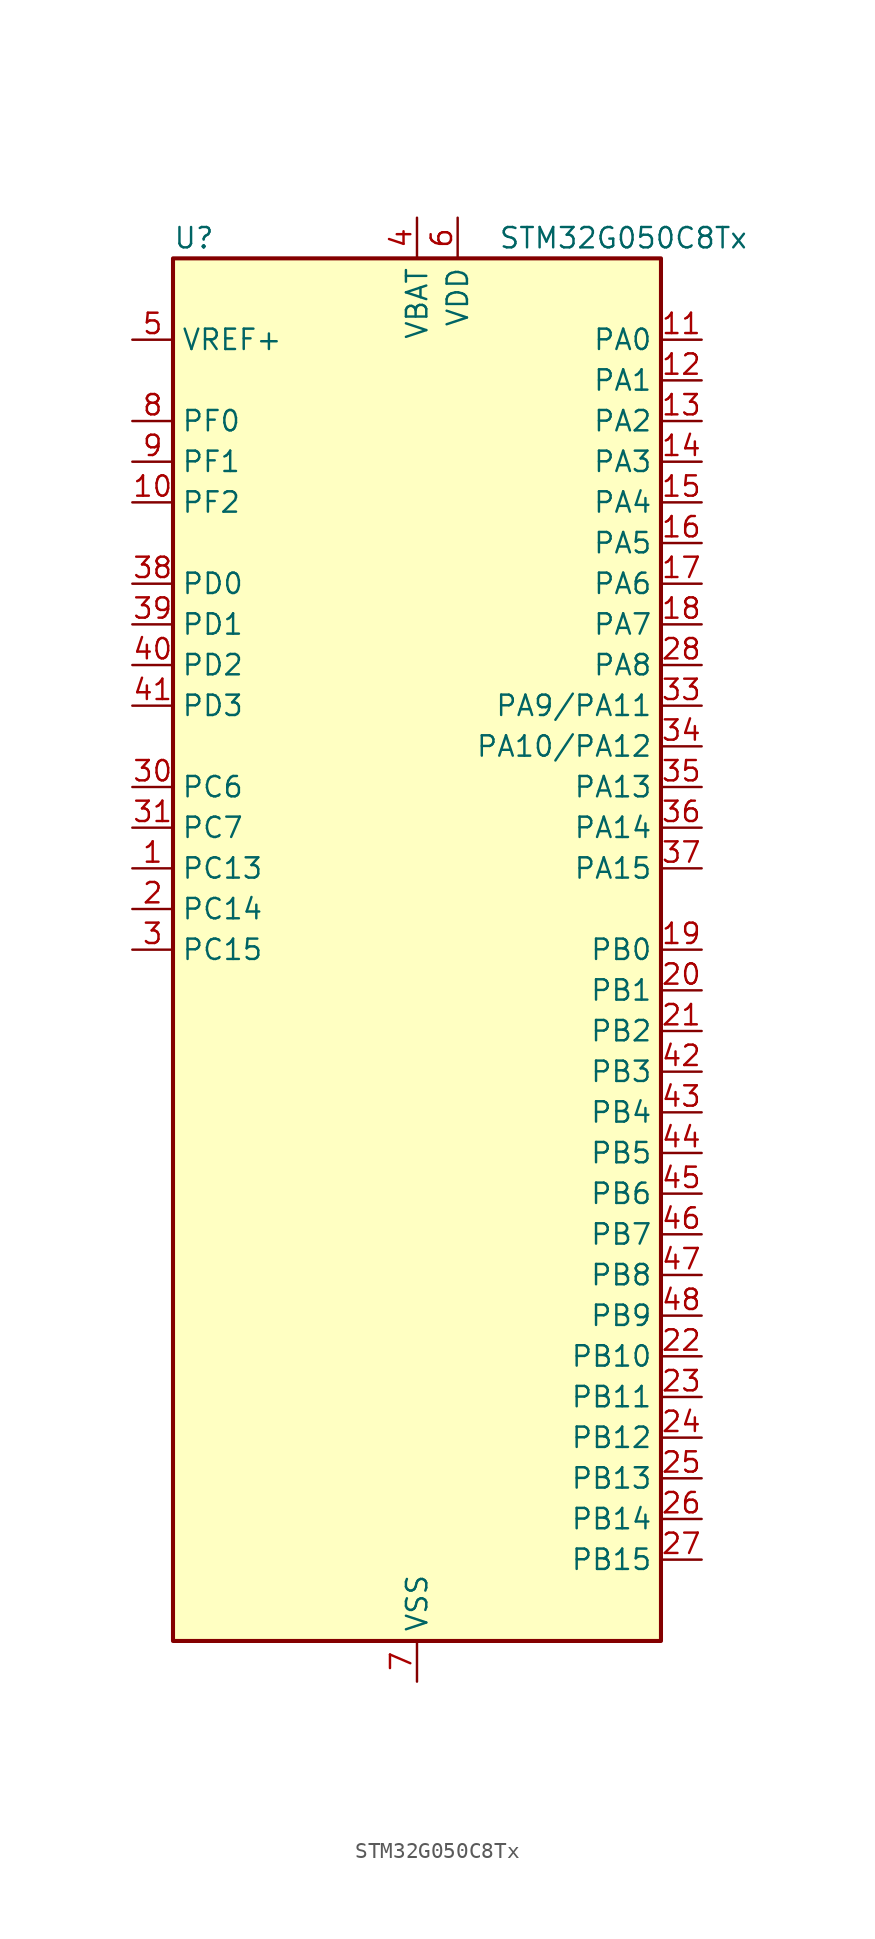
<source format=kicad_sym>
(kicad_symbol_lib
  (version 20231120)
  (generator "kicad-library-utils")
  (generator_version "8.0")
  (symbol "STM32G050C8Tx"
    (property "Reference" "U"
      (at -15.24 44.45 0)
      (effects (font (size 1.27 1.27)) (justify left)))
    (property "Value" "STM32G050C8Tx"
      (at 5.08 44.45 0)
      (effects (font (size 1.27 1.27)) (justify left)))
    (symbol "STM32G050C8Tx_0_1"
      (rectangle (start -15.24 -43.18) (end 15.24 43.18) (stroke (width 0.254) (type default)) (fill (type background))))
    (symbol "STM32G050C8Tx_1_1"
      (pin bidirectional line (at -17.78 5.08 0) (length 2.54) (name "PC13" (effects (font (size 1.27 1.27)))) (number "1" (effects (font (size 1.27 1.27)))) (alternate "RTC_OUT1" bidirectional line) (alternate "RTC_TAMP_IN1" bidirectional line) (alternate "RTC_TS" bidirectional line) (alternate "SYS_WKUP2" bidirectional line) (alternate "TIM1_BK" bidirectional line))
      (pin bidirectional line (at -17.78 27.94 0) (length 2.54) (name "PF2" (effects (font (size 1.27 1.27)))) (number "10" (effects (font (size 1.27 1.27)))) (alternate "RCC_MCO" bidirectional line))
      (pin bidirectional line (at 17.78 38.1 180) (length 2.54) (name "PA0" (effects (font (size 1.27 1.27)))) (number "11" (effects (font (size 1.27 1.27)))) (alternate "ADC1_IN0" bidirectional line) (alternate "RTC_TAMP_IN2" bidirectional line) (alternate "SPI2_SCK" bidirectional line) (alternate "SYS_WKUP1" bidirectional line) (alternate "USART2_CTS" bidirectional line) (alternate "USART2_NSS" bidirectional line))
      (pin bidirectional line (at 17.78 35.56 180) (length 2.54) (name "PA1" (effects (font (size 1.27 1.27)))) (number "12" (effects (font (size 1.27 1.27)))) (alternate "ADC1_IN1" bidirectional line) (alternate "I2C1_SMBA" bidirectional line) (alternate "I2S1_CK" bidirectional line) (alternate "SPI1_SCK" bidirectional line) (alternate "TIM15_CH1N" bidirectional line) (alternate "USART2_CK" bidirectional line) (alternate "USART2_DE" bidirectional line) (alternate "USART2_RTS" bidirectional line))
      (pin bidirectional line (at 17.78 33.02 180) (length 2.54) (name "PA2" (effects (font (size 1.27 1.27)))) (number "13" (effects (font (size 1.27 1.27)))) (alternate "ADC1_IN2" bidirectional line) (alternate "I2S1_SD" bidirectional line) (alternate "RCC_LSCO" bidirectional line) (alternate "SPI1_MOSI" bidirectional line) (alternate "SYS_WKUP4" bidirectional line) (alternate "TIM15_CH1" bidirectional line) (alternate "USART2_TX" bidirectional line))
      (pin bidirectional line (at 17.78 30.48 180) (length 2.54) (name "PA3" (effects (font (size 1.27 1.27)))) (number "14" (effects (font (size 1.27 1.27)))) (alternate "ADC1_IN3" bidirectional line) (alternate "SPI2_MISO" bidirectional line) (alternate "TIM15_CH2" bidirectional line) (alternate "USART2_RX" bidirectional line))
      (pin bidirectional line (at 17.78 27.94 180) (length 2.54) (name "PA4" (effects (font (size 1.27 1.27)))) (number "15" (effects (font (size 1.27 1.27)))) (alternate "ADC1_IN4" bidirectional line) (alternate "I2S1_WS" bidirectional line) (alternate "RTC_OUT2" bidirectional line) (alternate "SPI1_NSS" bidirectional line) (alternate "SPI2_MOSI" bidirectional line) (alternate "TIM14_CH1" bidirectional line))
      (pin bidirectional line (at 17.78 25.4 180) (length 2.54) (name "PA5" (effects (font (size 1.27 1.27)))) (number "16" (effects (font (size 1.27 1.27)))) (alternate "ADC1_IN5" bidirectional line) (alternate "I2S1_CK" bidirectional line) (alternate "SPI1_SCK" bidirectional line))
      (pin bidirectional line (at 17.78 22.86 180) (length 2.54) (name "PA6" (effects (font (size 1.27 1.27)))) (number "17" (effects (font (size 1.27 1.27)))) (alternate "ADC1_IN6" bidirectional line) (alternate "I2S1_MCK" bidirectional line) (alternate "SPI1_MISO" bidirectional line) (alternate "TIM16_CH1" bidirectional line) (alternate "TIM1_BK" bidirectional line) (alternate "TIM3_CH1" bidirectional line))
      (pin bidirectional line (at 17.78 20.32 180) (length 2.54) (name "PA7" (effects (font (size 1.27 1.27)))) (number "18" (effects (font (size 1.27 1.27)))) (alternate "ADC1_IN7" bidirectional line) (alternate "I2S1_SD" bidirectional line) (alternate "SPI1_MOSI" bidirectional line) (alternate "TIM14_CH1" bidirectional line) (alternate "TIM17_CH1" bidirectional line) (alternate "TIM1_CH1N" bidirectional line) (alternate "TIM3_CH2" bidirectional line))
      (pin bidirectional line (at 17.78 0 180) (length 2.54) (name "PB0" (effects (font (size 1.27 1.27)))) (number "19" (effects (font (size 1.27 1.27)))) (alternate "ADC1_IN8" bidirectional line) (alternate "I2S1_WS" bidirectional line) (alternate "SPI1_NSS" bidirectional line) (alternate "TIM1_CH2N" bidirectional line) (alternate "TIM3_CH3" bidirectional line))
      (pin bidirectional line (at -17.78 2.54 0) (length 2.54) (name "PC14" (effects (font (size 1.27 1.27)))) (number "2" (effects (font (size 1.27 1.27)))) (alternate "RCC_OSC32_IN" bidirectional line) (alternate "TIM1_BK2" bidirectional line))
      (pin bidirectional line (at 17.78 -2.54 180) (length 2.54) (name "PB1" (effects (font (size 1.27 1.27)))) (number "20" (effects (font (size 1.27 1.27)))) (alternate "ADC1_IN9" bidirectional line) (alternate "TIM14_CH1" bidirectional line) (alternate "TIM1_CH3N" bidirectional line) (alternate "TIM3_CH4" bidirectional line))
      (pin bidirectional line (at 17.78 -5.08 180) (length 2.54) (name "PB2" (effects (font (size 1.27 1.27)))) (number "21" (effects (font (size 1.27 1.27)))) (alternate "ADC1_IN10" bidirectional line) (alternate "SPI2_MISO" bidirectional line))
      (pin bidirectional line (at 17.78 -25.4 180) (length 2.54) (name "PB10" (effects (font (size 1.27 1.27)))) (number "22" (effects (font (size 1.27 1.27)))) (alternate "ADC1_IN11" bidirectional line) (alternate "I2C2_SCL" bidirectional line) (alternate "SPI2_SCK" bidirectional line))
      (pin bidirectional line (at 17.78 -27.94 180) (length 2.54) (name "PB11" (effects (font (size 1.27 1.27)))) (number "23" (effects (font (size 1.27 1.27)))) (alternate "ADC1_EXTI11" bidirectional line) (alternate "ADC1_IN15" bidirectional line) (alternate "I2C2_SDA" bidirectional line) (alternate "SPI2_MOSI" bidirectional line))
      (pin bidirectional line (at 17.78 -30.48 180) (length 2.54) (name "PB12" (effects (font (size 1.27 1.27)))) (number "24" (effects (font (size 1.27 1.27)))) (alternate "ADC1_IN16" bidirectional line) (alternate "SPI2_NSS" bidirectional line) (alternate "TIM15_BK" bidirectional line) (alternate "TIM1_BK" bidirectional line))
      (pin bidirectional line (at 17.78 -33.02 180) (length 2.54) (name "PB13" (effects (font (size 1.27 1.27)))) (number "25" (effects (font (size 1.27 1.27)))) (alternate "I2C2_SCL" bidirectional line) (alternate "SPI2_SCK" bidirectional line) (alternate "TIM15_CH1N" bidirectional line) (alternate "TIM1_CH1N" bidirectional line))
      (pin bidirectional line (at 17.78 -35.56 180) (length 2.54) (name "PB14" (effects (font (size 1.27 1.27)))) (number "26" (effects (font (size 1.27 1.27)))) (alternate "I2C2_SDA" bidirectional line) (alternate "SPI2_MISO" bidirectional line) (alternate "TIM15_CH1" bidirectional line) (alternate "TIM1_CH2N" bidirectional line))
      (pin bidirectional line (at 17.78 -38.1 180) (length 2.54) (name "PB15" (effects (font (size 1.27 1.27)))) (number "27" (effects (font (size 1.27 1.27)))) (alternate "RTC_REFIN" bidirectional line) (alternate "SPI2_MOSI" bidirectional line) (alternate "TIM15_CH1N" bidirectional line) (alternate "TIM15_CH2" bidirectional line) (alternate "TIM1_CH3N" bidirectional line))
      (pin bidirectional line (at 17.78 17.78 180) (length 2.54) (name "PA8" (effects (font (size 1.27 1.27)))) (number "28" (effects (font (size 1.27 1.27)))) (alternate "RCC_MCO" bidirectional line) (alternate "SPI2_NSS" bidirectional line) (alternate "TIM1_CH1" bidirectional line))
      (pin no_connect line (at -15.24 -43.18 0) (length 2.54) hide (name "NC/PA9" (effects (font (size 1.27 1.27)))) (number "29" (effects (font (size 1.27 1.27)))) (alternate "NC" bidirectional line) (alternate "PA9" bidirectional line) (alternate "I2C1_SCL (PA9)" bidirectional line) (alternate "RCC_MCO (PA9)" bidirectional line) (alternate "SPI2_MISO (PA9)" bidirectional line) (alternate "TIM15_BK (PA9)" bidirectional line) (alternate "TIM1_CH2 (PA9)" bidirectional line) (alternate "USART1_TX (PA9)" bidirectional line))
      (pin bidirectional line (at -17.78 0 0) (length 2.54) (name "PC15" (effects (font (size 1.27 1.27)))) (number "3" (effects (font (size 1.27 1.27)))) (alternate "RCC_OSC32_EN" bidirectional line) (alternate "RCC_OSC32_OUT" bidirectional line) (alternate "RCC_OSC_EN" bidirectional line) (alternate "TIM15_BK" bidirectional line))
      (pin bidirectional line (at -17.78 10.16 0) (length 2.54) (name "PC6" (effects (font (size 1.27 1.27)))) (number "30" (effects (font (size 1.27 1.27)))) (alternate "TIM3_CH1" bidirectional line))
      (pin bidirectional line (at -17.78 7.62 0) (length 2.54) (name "PC7" (effects (font (size 1.27 1.27)))) (number "31" (effects (font (size 1.27 1.27)))) (alternate "TIM3_CH2" bidirectional line))
      (pin no_connect line (at -15.24 -40.64 0) (length 2.54) hide (name "NC/PA10" (effects (font (size 1.27 1.27)))) (number "32" (effects (font (size 1.27 1.27)))) (alternate "NC" bidirectional line) (alternate "PA10" bidirectional line) (alternate "I2C1_SDA (PA10)" bidirectional line) (alternate "SPI2_MOSI (PA10)" bidirectional line) (alternate "TIM17_BK (PA10)" bidirectional line) (alternate "TIM1_CH3 (PA10)" bidirectional line) (alternate "USART1_RX (PA10)" bidirectional line))
      (pin bidirectional line (at 17.78 15.24 180) (length 2.54) (name "PA9/PA11" (effects (font (size 1.27 1.27)))) (number "33" (effects (font (size 1.27 1.27)))) (alternate "PA9" bidirectional line) (alternate "I2C1_SCL (PA9)" bidirectional line) (alternate "RCC_MCO (PA9)" bidirectional line) (alternate "SPI2_MISO (PA9)" bidirectional line) (alternate "TIM15_BK (PA9)" bidirectional line) (alternate "TIM1_CH2 (PA9)" bidirectional line) (alternate "USART1_TX (PA9)" bidirectional line) (alternate "PA11" bidirectional line) (alternate "ADC1_EXTI11 (PA11)" bidirectional line) (alternate "I2C2_SCL (PA11)" bidirectional line) (alternate "I2S1_MCK (PA11)" bidirectional line) (alternate "SPI1_MISO (PA11)" bidirectional line) (alternate "TIM1_BK2 (PA11)" bidirectional line) (alternate "TIM1_CH4 (PA11)" bidirectional line) (alternate "USART1_CTS (PA11)" bidirectional line) (alternate "USART1_NSS (PA11)" bidirectional line))
      (pin bidirectional line (at 17.78 12.7 180) (length 2.54) (name "PA10/PA12" (effects (font (size 1.27 1.27)))) (number "34" (effects (font (size 1.27 1.27)))) (alternate "PA10" bidirectional line) (alternate "I2C1_SDA (PA10)" bidirectional line) (alternate "SPI2_MOSI (PA10)" bidirectional line) (alternate "TIM17_BK (PA10)" bidirectional line) (alternate "TIM1_CH3 (PA10)" bidirectional line) (alternate "USART1_RX (PA10)" bidirectional line) (alternate "PA12" bidirectional line) (alternate "I2C2_SDA (PA12)" bidirectional line) (alternate "I2S1_SD (PA12)" bidirectional line) (alternate "I2S_CKIN (PA12)" bidirectional line) (alternate "SPI1_MOSI (PA12)" bidirectional line) (alternate "TIM1_ETR (PA12)" bidirectional line) (alternate "USART1_CK (PA12)" bidirectional line) (alternate "USART1_DE (PA12)" bidirectional line) (alternate "USART1_RTS (PA12)" bidirectional line))
      (pin bidirectional line (at 17.78 10.16 180) (length 2.54) (name "PA13" (effects (font (size 1.27 1.27)))) (number "35" (effects (font (size 1.27 1.27)))) (alternate "ADC1_IN17" bidirectional line) (alternate "IR_OUT" bidirectional line) (alternate "SYS_SWDIO" bidirectional line))
      (pin bidirectional line (at 17.78 7.62 180) (length 2.54) (name "PA14" (effects (font (size 1.27 1.27)))) (number "36" (effects (font (size 1.27 1.27)))) (alternate "ADC1_IN18" bidirectional line) (alternate "SYS_SWCLK" bidirectional line) (alternate "USART2_TX" bidirectional line))
      (pin bidirectional line (at 17.78 5.08 180) (length 2.54) (name "PA15" (effects (font (size 1.27 1.27)))) (number "37" (effects (font (size 1.27 1.27)))) (alternate "I2S1_WS" bidirectional line) (alternate "SPI1_NSS" bidirectional line) (alternate "USART2_RX" bidirectional line))
      (pin bidirectional line (at -17.78 22.86 0) (length 2.54) (name "PD0" (effects (font (size 1.27 1.27)))) (number "38" (effects (font (size 1.27 1.27)))) (alternate "SPI2_NSS" bidirectional line) (alternate "TIM16_CH1" bidirectional line))
      (pin bidirectional line (at -17.78 20.32 0) (length 2.54) (name "PD1" (effects (font (size 1.27 1.27)))) (number "39" (effects (font (size 1.27 1.27)))) (alternate "SPI2_SCK" bidirectional line) (alternate "TIM17_CH1" bidirectional line))
      (pin power_in line (at 0 45.72 270) (length 2.54) (name "VBAT" (effects (font (size 1.27 1.27)))) (number "4" (effects (font (size 1.27 1.27)))))
      (pin bidirectional line (at -17.78 17.78 0) (length 2.54) (name "PD2" (effects (font (size 1.27 1.27)))) (number "40" (effects (font (size 1.27 1.27)))) (alternate "TIM1_CH1N" bidirectional line) (alternate "TIM3_ETR" bidirectional line))
      (pin bidirectional line (at -17.78 15.24 0) (length 2.54) (name "PD3" (effects (font (size 1.27 1.27)))) (number "41" (effects (font (size 1.27 1.27)))) (alternate "SPI2_MISO" bidirectional line) (alternate "TIM1_CH2N" bidirectional line) (alternate "USART2_CTS" bidirectional line) (alternate "USART2_NSS" bidirectional line))
      (pin bidirectional line (at 17.78 -7.62 180) (length 2.54) (name "PB3" (effects (font (size 1.27 1.27)))) (number "42" (effects (font (size 1.27 1.27)))) (alternate "I2S1_CK" bidirectional line) (alternate "SPI1_SCK" bidirectional line) (alternate "TIM1_CH2" bidirectional line) (alternate "USART1_CK" bidirectional line) (alternate "USART1_DE" bidirectional line) (alternate "USART1_RTS" bidirectional line))
      (pin bidirectional line (at 17.78 -10.16 180) (length 2.54) (name "PB4" (effects (font (size 1.27 1.27)))) (number "43" (effects (font (size 1.27 1.27)))) (alternate "I2S1_MCK" bidirectional line) (alternate "SPI1_MISO" bidirectional line) (alternate "TIM17_BK" bidirectional line) (alternate "TIM3_CH1" bidirectional line) (alternate "USART1_CTS" bidirectional line) (alternate "USART1_NSS" bidirectional line))
      (pin bidirectional line (at 17.78 -12.7 180) (length 2.54) (name "PB5" (effects (font (size 1.27 1.27)))) (number "44" (effects (font (size 1.27 1.27)))) (alternate "I2C1_SMBA" bidirectional line) (alternate "I2S1_SD" bidirectional line) (alternate "SPI1_MOSI" bidirectional line) (alternate "SYS_WKUP6" bidirectional line) (alternate "TIM16_BK" bidirectional line) (alternate "TIM3_CH2" bidirectional line))
      (pin bidirectional line (at 17.78 -15.24 180) (length 2.54) (name "PB6" (effects (font (size 1.27 1.27)))) (number "45" (effects (font (size 1.27 1.27)))) (alternate "I2C1_SCL" bidirectional line) (alternate "SPI2_MISO" bidirectional line) (alternate "TIM16_CH1N" bidirectional line) (alternate "TIM1_CH3" bidirectional line) (alternate "USART1_TX" bidirectional line))
      (pin bidirectional line (at 17.78 -17.78 180) (length 2.54) (name "PB7" (effects (font (size 1.27 1.27)))) (number "46" (effects (font (size 1.27 1.27)))) (alternate "I2C1_SDA" bidirectional line) (alternate "SPI2_MOSI" bidirectional line) (alternate "SYS_PVD_IN" bidirectional line) (alternate "TIM17_CH1N" bidirectional line) (alternate "USART1_RX" bidirectional line))
      (pin bidirectional line (at 17.78 -20.32 180) (length 2.54) (name "PB8" (effects (font (size 1.27 1.27)))) (number "47" (effects (font (size 1.27 1.27)))) (alternate "I2C1_SCL" bidirectional line) (alternate "SPI2_SCK" bidirectional line) (alternate "TIM15_BK" bidirectional line) (alternate "TIM16_CH1" bidirectional line))
      (pin bidirectional line (at 17.78 -22.86 180) (length 2.54) (name "PB9" (effects (font (size 1.27 1.27)))) (number "48" (effects (font (size 1.27 1.27)))) (alternate "I2C1_SDA" bidirectional line) (alternate "IR_OUT" bidirectional line) (alternate "SPI2_NSS" bidirectional line) (alternate "TIM17_CH1" bidirectional line))
      (pin input line (at -17.78 38.1 0) (length 2.54) (name "VREF+" (effects (font (size 1.27 1.27)))) (number "5" (effects (font (size 1.27 1.27)))) (alternate "VREFBUF_OUT" bidirectional line))
      (pin power_in line (at 2.54 45.72 270) (length 2.54) (name "VDD" (effects (font (size 1.27 1.27)))) (number "6" (effects (font (size 1.27 1.27)))))
      (pin power_in line (at 0 -45.72 90) (length 2.54) (name "VSS" (effects (font (size 1.27 1.27)))) (number "7" (effects (font (size 1.27 1.27)))))
      (pin bidirectional line (at -17.78 33.02 0) (length 2.54) (name "PF0" (effects (font (size 1.27 1.27)))) (number "8" (effects (font (size 1.27 1.27)))) (alternate "RCC_OSC_IN" bidirectional line) (alternate "TIM14_CH1" bidirectional line))
      (pin bidirectional line (at -17.78 30.48 0) (length 2.54) (name "PF1" (effects (font (size 1.27 1.27)))) (number "9" (effects (font (size 1.27 1.27)))) (alternate "RCC_OSC_EN" bidirectional line) (alternate "RCC_OSC_OUT" bidirectional line) (alternate "TIM15_CH1N" bidirectional line)))))
</source>
